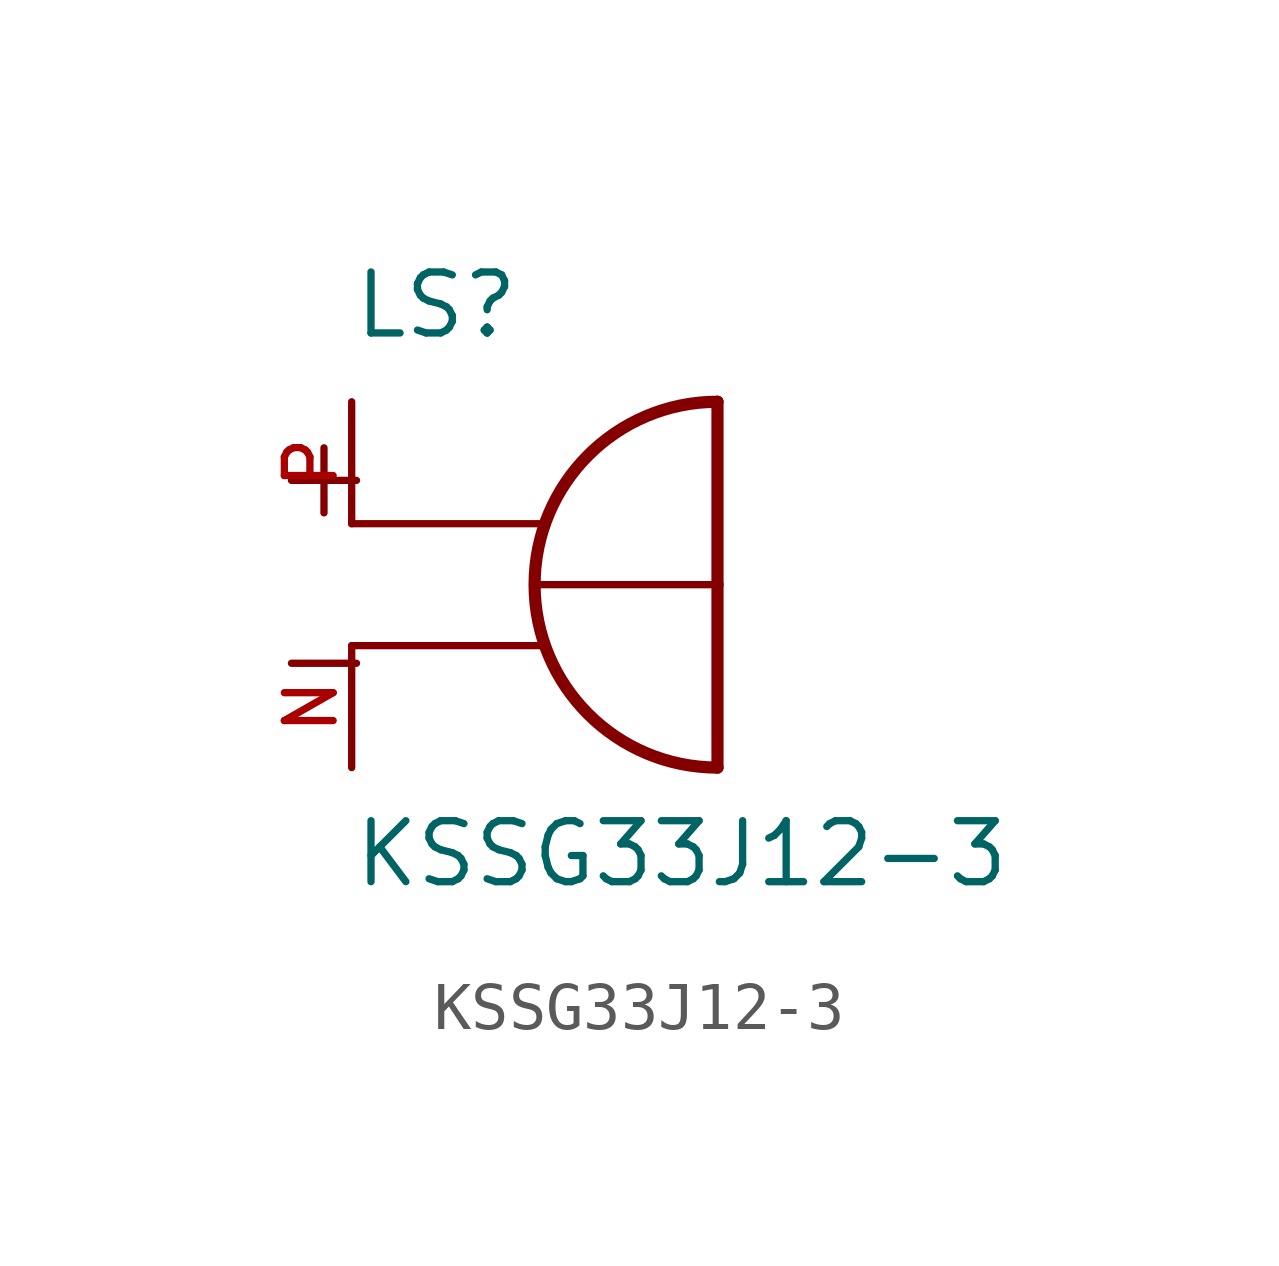
<source format=kicad_sym>
(kicad_symbol_lib
  (version 20211014)
  (generator kicad_symbol_editor)
  (symbol "KSSG33J12-3"
    (pin_names
      (offset 1.016))
    (property "Reference" "LS"
      (at -2.54 6.35 0)
      (effects (font (size 1.27 1.27)) (justify bottom left)))
    (property "Value" "KSSG33J12-3"
      (at -2.54 -5.08 0)
      (effects (font (size 1.27 1.27)) (justify bottom left)))
    (symbol "KSSG33J12-3_0_0"
      (arc (start 5.08 -2.54) (mid 1.27 1.27) (end 5.08 5.08) (stroke (width 0.254) (type default) (color 0 0 0 0)) (fill (type none)))
      (polyline (pts (xy 5.08 5.08) (xy 5.08 1.27)) (stroke (width 0.254)))
      (polyline (pts (xy 1.27 1.27) (xy 5.08 1.27)) (stroke (width 0.152)))
      (polyline (pts (xy 5.08 1.27) (xy 5.08 -2.54)) (stroke (width 0.254)))
      (polyline (pts (xy -2.54 0.0) (xy 1.397 0.0)) (stroke (width 0.152)))
      (polyline (pts (xy -2.54 2.54) (xy 1.397 2.54)) (stroke (width 0.152)))
      (text "+" (at -4.318 2.54 0) (effects (font (size 1.778 1.778)) (justify bottom left)))
      (text "-" (at -4.318 -1.27 0) (effects (font (size 1.778 1.778)) (justify bottom left)))
      (pin passive line (at -2.54 5.08 270.0) (length 2.54) (name "~" (effects (font (size 1.016 1.016)))) (number "P" (effects (font (size 1.016 1.016)))))
      (pin passive line (at -2.54 -2.54 90.0) (length 2.54) (name "~" (effects (font (size 1.016 1.016)))) (number "N" (effects (font (size 1.016 1.016))))))))
</source>
